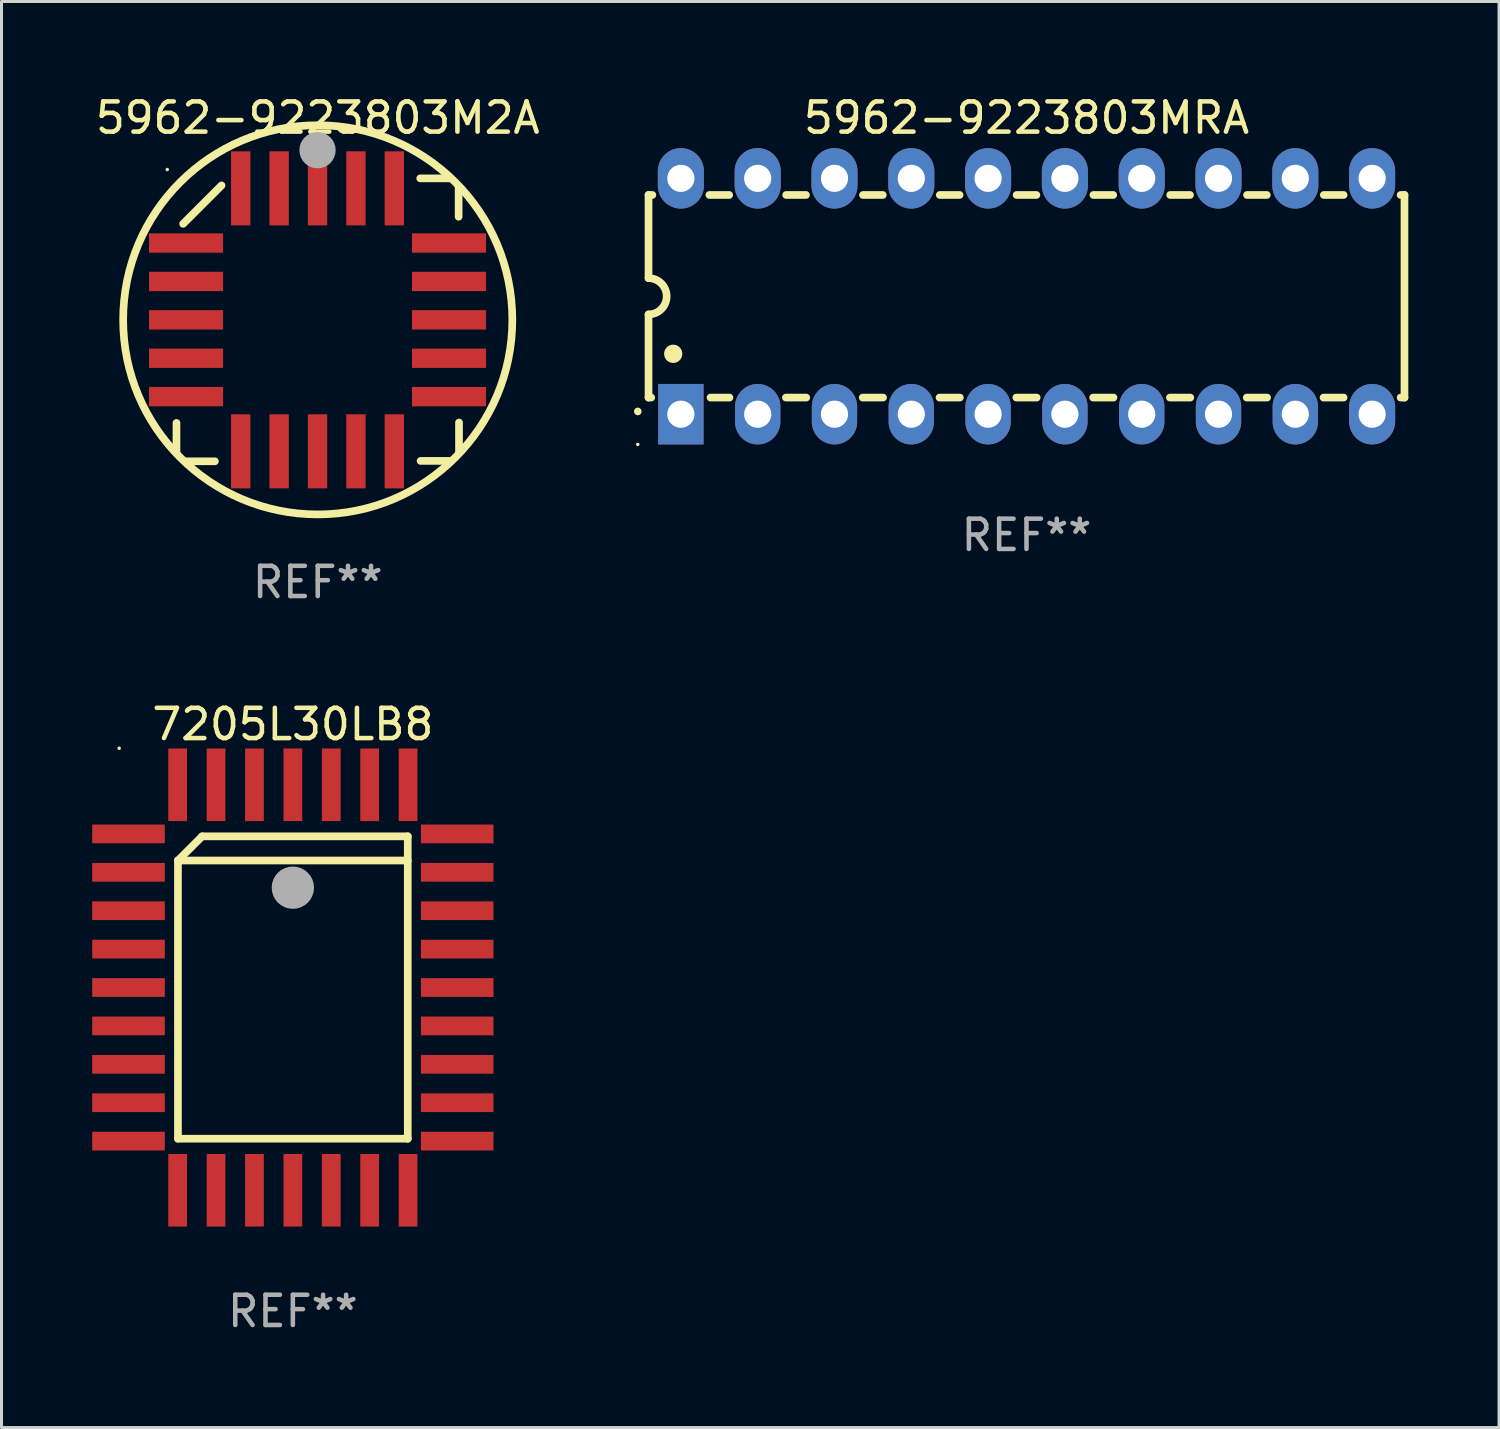
<source format=kicad_pcb>
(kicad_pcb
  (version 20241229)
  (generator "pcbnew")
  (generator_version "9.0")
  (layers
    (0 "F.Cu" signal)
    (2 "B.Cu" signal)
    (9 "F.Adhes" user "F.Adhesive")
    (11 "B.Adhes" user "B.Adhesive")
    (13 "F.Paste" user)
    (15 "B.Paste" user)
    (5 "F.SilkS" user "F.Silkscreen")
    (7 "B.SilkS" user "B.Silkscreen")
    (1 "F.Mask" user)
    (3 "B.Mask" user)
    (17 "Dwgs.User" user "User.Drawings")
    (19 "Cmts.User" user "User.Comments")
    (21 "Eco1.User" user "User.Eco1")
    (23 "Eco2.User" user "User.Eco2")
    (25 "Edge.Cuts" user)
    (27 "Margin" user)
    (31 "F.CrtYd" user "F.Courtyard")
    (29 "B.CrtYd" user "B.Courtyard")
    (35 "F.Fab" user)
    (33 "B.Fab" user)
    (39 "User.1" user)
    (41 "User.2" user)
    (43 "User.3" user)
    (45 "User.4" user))
  (footprint "5962-9223803M2A"
    (layer "F.Cu")
    (at 7.458 7.527)
    (property "Reference" "5962-9223803M2A" (at 0 -6.679 0) (layer "F.SilkS") (effects (font (size 1 1) (thickness 0.15))))
    (attr through_hole)
    (fp_line (start -4.672 4.4) (end -4.672 3.409) (stroke (width 0.254) (type solid)) (layer "F.SilkS"))
    (fp_line (start -4.452 -3.175) (end -3.182 -4.445) (stroke (width 0.254) (type solid)) (layer "F.SilkS"))
    (fp_line (start -4.393 4.679) (end -3.402 4.679) (stroke (width 0.254) (type solid)) (layer "F.SilkS"))
    (fp_line (start 4.379 -4.679) (end 3.389 -4.679) (stroke (width 0.254) (type solid)) (layer "F.SilkS"))
    (fp_line (start 4.393 4.666) (end 3.402 4.666) (stroke (width 0.254) (type solid)) (layer "F.SilkS"))
    (fp_line (start 4.659 -4.4) (end 4.659 -3.409) (stroke (width 0.254) (type solid)) (layer "F.SilkS"))
    (fp_line (start 4.672 4.386) (end 4.672 3.396) (stroke (width 0.254) (type solid)) (layer "F.SilkS"))
    (fp_arc (start -4.672276 4.424968) (mid 4.672254 -4.424946) (end -4.672276 4.424968) (stroke (width 0.254001) (type solid)) (layer "F.SilkS"))
    (fp_arc (start 0.089827 -5.759969) (mid 0.097662 -5.803742) (end 0.120307 -5.842012) (stroke (width 0.249936) (type solid)) (layer "F.SilkS"))
    (fp_circle (center -4.977 -4.97) (end -4.947 -4.97) (stroke (width 0.06) (type solid)) (fill no) (layer "F.SilkS"))
    (fp_circle (center -0.007 -5.61) (end 0.293 -5.61) (stroke (width 0.6) (type solid)) (fill no) (layer "F.Fab"))
    (fp_text user "REF**" (at 0 8.679 0) (layer "F.Fab") (effects (font (size 1 1) (thickness 0.15))))
    (pad "1" smd rect (at -0.007 -4.349) (size 0.64 2.45) (layers "F.Cu" "F.Mask" "F.Paste"))
    (pad "2" smd rect (at -1.277 -4.349) (size 0.64 2.45) (layers "F.Cu" "F.Mask" "F.Paste"))
    (pad "3" smd rect (at -2.547 -4.348) (size 0.64 2.45) (layers "F.Cu" "F.Mask" "F.Paste"))
    (pad "4" smd rect (at -4.355 -2.54) (size 2.45 0.64) (layers "F.Cu" "F.Mask" "F.Paste"))
    (pad "5" smd rect (at -4.355 -1.27) (size 2.45 0.64) (layers "F.Cu" "F.Mask" "F.Paste"))
    (pad "6" smd rect (at -4.355 0) (size 2.45 0.64) (layers "F.Cu" "F.Mask" "F.Paste"))
    (pad "7" smd rect (at -4.355 1.27) (size 2.45 0.64) (layers "F.Cu" "F.Mask" "F.Paste"))
    (pad "8" smd rect (at -4.355 2.54) (size 2.45 0.64) (layers "F.Cu" "F.Mask" "F.Paste"))
    (pad "9" smd rect (at -2.547 4.349) (size 0.64 2.45) (layers "F.Cu" "F.Mask" "F.Paste"))
    (pad "10" smd rect (at -1.277 4.349) (size 0.64 2.45) (layers "F.Cu" "F.Mask" "F.Paste"))
    (pad "11" smd rect (at -0.007 4.349) (size 0.64 2.45) (layers "F.Cu" "F.Mask" "F.Paste"))
    (pad "12" smd rect (at 1.263 4.349) (size 0.64 2.45) (layers "F.Cu" "F.Mask" "F.Paste"))
    (pad "13" smd rect (at 2.533 4.349) (size 0.64 2.45) (layers "F.Cu" "F.Mask" "F.Paste"))
    (pad "14" smd rect (at 4.342 2.54) (size 2.45 0.64) (layers "F.Cu" "F.Mask" "F.Paste"))
    (pad "15" smd rect (at 4.342 1.27) (size 2.45 0.64) (layers "F.Cu" "F.Mask" "F.Paste"))
    (pad "16" smd rect (at 4.342 0) (size 2.45 0.64) (layers "F.Cu" "F.Mask" "F.Paste"))
    (pad "17" smd rect (at 4.342 -1.27) (size 2.45 0.64) (layers "F.Cu" "F.Mask" "F.Paste"))
    (pad "18" smd rect (at 4.342 -2.54) (size 2.45 0.64) (layers "F.Cu" "F.Mask" "F.Paste"))
    (pad "19" smd rect (at 2.533 -4.349) (size 0.64 2.45) (layers "F.Cu" "F.Mask" "F.Paste"))
    (pad "20" smd rect (at 1.263 -4.349) (size 0.64 2.45) (layers "F.Cu" "F.Mask" "F.Paste")))
  (footprint "7205L30LB8"
    (layer "F.Cu")
    (at 6.635 29.608)
    (property "Reference" "7205L30LB8" (at 0 -8.705 0) (layer "F.SilkS") (effects (font (size 1 1) (thickness 0.15))))
    (attr through_hole)
    (fp_line (start -3.8 -4.2) (end -3 -5) (stroke (width 0.254) (type solid)) (layer "F.SilkS"))
    (fp_line (start -3.8 -4.2) (end 3.8 -4.2) (stroke (width 0.254) (type solid)) (layer "F.SilkS"))
    (fp_line (start -3.8 5) (end -3.8 -4.2) (stroke (width 0.254) (type solid)) (layer "F.SilkS"))
    (fp_line (start -3 -5) (end 3.8 -5) (stroke (width 0.254) (type solid)) (layer "F.SilkS"))
    (fp_line (start 3.8 -5) (end 3.8 5) (stroke (width 0.254) (type solid)) (layer "F.SilkS"))
    (fp_line (start 3.8 5) (end -3.8 5) (stroke (width 0.254) (type solid)) (layer "F.SilkS"))
    (fp_arc (start 0.299721 -3.294387) (mid 0.29971 -3.296927) (end 0.299721 -3.299467) (stroke (width 0.6) (type solid)) (layer "F.SilkS"))
    (fp_circle (center -5.744 -7.913) (end -5.714 -7.913) (stroke (width 0.06) (type solid)) (fill no) (layer "F.SilkS"))
    (fp_circle (center 0 -3.302) (end 0.35 -3.302) (stroke (width 0.7) (type solid)) (fill no) (layer "F.Fab"))
    (fp_text user "REF**" (at 0 10.705 0) (layer "F.Fab") (effects (font (size 1 1) (thickness 0.15))))
    (pad "1" smd rect (at 0 -6.705 180) (size 0.62 2.4) (layers "F.Cu" "F.Mask" "F.Paste"))
    (pad "2" smd rect (at -1.27 -6.705 180) (size 0.62 2.4) (layers "F.Cu" "F.Mask" "F.Paste"))
    (pad "3" smd rect (at -2.54 -6.705 180) (size 0.62 2.4) (layers "F.Cu" "F.Mask" "F.Paste"))
    (pad "4" smd rect (at -3.81 -6.705 180) (size 0.62 2.4) (layers "F.Cu" "F.Mask" "F.Paste"))
    (pad "5" smd rect (at -5.435 -5.08 270) (size 0.62 2.4) (layers "F.Cu" "F.Mask" "F.Paste"))
    (pad "6" smd rect (at -5.435 -3.81 270) (size 0.62 2.4) (layers "F.Cu" "F.Mask" "F.Paste"))
    (pad "7" smd rect (at -5.435 -2.54 270) (size 0.62 2.4) (layers "F.Cu" "F.Mask" "F.Paste"))
    (pad "8" smd rect (at -5.435 -1.27 270) (size 0.62 2.4) (layers "F.Cu" "F.Mask" "F.Paste"))
    (pad "9" smd rect (at -5.435 0 270) (size 0.62 2.4) (layers "F.Cu" "F.Mask" "F.Paste"))
    (pad "10" smd rect (at -5.435 1.27 270) (size 0.62 2.4) (layers "F.Cu" "F.Mask" "F.Paste"))
    (pad "11" smd rect (at -5.435 2.54 270) (size 0.62 2.4) (layers "F.Cu" "F.Mask" "F.Paste"))
    (pad "12" smd rect (at -5.435 3.81 270) (size 0.62 2.4) (layers "F.Cu" "F.Mask" "F.Paste"))
    (pad "13" smd rect (at -5.435 5.08 270) (size 0.62 2.4) (layers "F.Cu" "F.Mask" "F.Paste"))
    (pad "14" smd rect (at -3.81 6.705) (size 0.62 2.4) (layers "F.Cu" "F.Mask" "F.Paste"))
    (pad "15" smd rect (at -2.54 6.705) (size 0.62 2.4) (layers "F.Cu" "F.Mask" "F.Paste"))
    (pad "16" smd rect (at -1.27 6.705) (size 0.62 2.4) (layers "F.Cu" "F.Mask" "F.Paste"))
    (pad "17" smd rect (at 0 6.705) (size 0.62 2.4) (layers "F.Cu" "F.Mask" "F.Paste"))
    (pad "18" smd rect (at 1.27 6.705) (size 0.62 2.4) (layers "F.Cu" "F.Mask" "F.Paste"))
    (pad "19" smd rect (at 2.54 6.705) (size 0.62 2.4) (layers "F.Cu" "F.Mask" "F.Paste"))
    (pad "20" smd rect (at 3.81 6.705) (size 0.62 2.4) (layers "F.Cu" "F.Mask" "F.Paste"))
    (pad "21" smd rect (at 5.435 5.08 90) (size 0.62 2.4) (layers "F.Cu" "F.Mask" "F.Paste"))
    (pad "22" smd rect (at 5.435 3.81 90) (size 0.62 2.4) (layers "F.Cu" "F.Mask" "F.Paste"))
    (pad "23" smd rect (at 5.435 2.54 90) (size 0.62 2.4) (layers "F.Cu" "F.Mask" "F.Paste"))
    (pad "24" smd rect (at 5.435 1.27 90) (size 0.62 2.4) (layers "F.Cu" "F.Mask" "F.Paste"))
    (pad "25" smd rect (at 5.435 0 90) (size 0.62 2.4) (layers "F.Cu" "F.Mask" "F.Paste"))
    (pad "26" smd rect (at 5.435 -1.27 90) (size 0.62 2.4) (layers "F.Cu" "F.Mask" "F.Paste"))
    (pad "27" smd rect (at 5.435 -2.54 90) (size 0.62 2.4) (layers "F.Cu" "F.Mask" "F.Paste"))
    (pad "28" smd rect (at 5.435 -3.81 90) (size 0.62 2.4) (layers "F.Cu" "F.Mask" "F.Paste"))
    (pad "29" smd rect (at 5.435 -5.08 90) (size 0.62 2.4) (layers "F.Cu" "F.Mask" "F.Paste"))
    (pad "30" smd rect (at 3.81 -6.705) (size 0.62 2.4) (layers "F.Cu" "F.Mask" "F.Paste"))
    (pad "31" smd rect (at 2.54 -6.705) (size 0.62 2.4) (layers "F.Cu" "F.Mask" "F.Paste"))
    (pad "32" smd rect (at 1.27 -6.705) (size 0.62 2.4) (layers "F.Cu" "F.Mask" "F.Paste")))
  (footprint "5962-9223803MRA"
    (layer "F.Cu")
    (at 30.897 6.748)
    (property "Reference" "5962-9223803MRA" (at 0 -5.9 0) (layer "F.SilkS") (effects (font (size 1 1) (thickness 0.15))))
    (attr through_hole)
    (fp_line (start -12.5 -3.35) (end -12.373 -3.35) (stroke (width 0.254) (type solid)) (layer "F.SilkS"))
    (fp_line (start -12.5 -0.6) (end -12.5 -3.35) (stroke (width 0.254) (type solid)) (layer "F.SilkS"))
    (fp_line (start -12.5 3.35) (end -12.5 0.6) (stroke (width 0.254) (type solid)) (layer "F.SilkS"))
    (fp_line (start -12.5 3.35) (end -12.411 3.35) (stroke (width 0.254) (type solid)) (layer "F.SilkS"))
    (fp_line (start -10.487 -3.35) (end -9.833 -3.35) (stroke (width 0.254) (type solid)) (layer "F.SilkS"))
    (fp_line (start -10.449 3.35) (end -9.824 3.35) (stroke (width 0.254) (type solid)) (layer "F.SilkS"))
    (fp_line (start -7.956 3.35) (end -7.284 3.35) (stroke (width 0.254) (type solid)) (layer "F.SilkS"))
    (fp_line (start -7.947 -3.35) (end -7.293 -3.35) (stroke (width 0.254) (type solid)) (layer "F.SilkS"))
    (fp_line (start -5.416 3.35) (end -4.744 3.35) (stroke (width 0.254) (type solid)) (layer "F.SilkS"))
    (fp_line (start -5.407 -3.35) (end -4.753 -3.35) (stroke (width 0.254) (type solid)) (layer "F.SilkS"))
    (fp_line (start -2.876 3.35) (end -2.204 3.35) (stroke (width 0.254) (type solid)) (layer "F.SilkS"))
    (fp_line (start -2.867 -3.35) (end -2.213 -3.35) (stroke (width 0.254) (type solid)) (layer "F.SilkS"))
    (fp_line (start -0.336 3.35) (end 0.336 3.35) (stroke (width 0.254) (type solid)) (layer "F.SilkS"))
    (fp_line (start -0.327 -3.35) (end 0.327 -3.35) (stroke (width 0.254) (type solid)) (layer "F.SilkS"))
    (fp_line (start 2.204 3.35) (end 2.876 3.35) (stroke (width 0.254) (type solid)) (layer "F.SilkS"))
    (fp_line (start 2.213 -3.35) (end 2.867 -3.35) (stroke (width 0.254) (type solid)) (layer "F.SilkS"))
    (fp_line (start 4.744 3.35) (end 5.416 3.35) (stroke (width 0.254) (type solid)) (layer "F.SilkS"))
    (fp_line (start 4.753 -3.35) (end 5.407 -3.35) (stroke (width 0.254) (type solid)) (layer "F.SilkS"))
    (fp_line (start 7.284 3.35) (end 7.956 3.35) (stroke (width 0.254) (type solid)) (layer "F.SilkS"))
    (fp_line (start 7.293 -3.35) (end 7.947 -3.35) (stroke (width 0.254) (type solid)) (layer "F.SilkS"))
    (fp_line (start 9.824 3.35) (end 10.487 3.35) (stroke (width 0.254) (type solid)) (layer "F.SilkS"))
    (fp_line (start 9.833 -3.35) (end 10.487 -3.35) (stroke (width 0.254) (type solid)) (layer "F.SilkS"))
    (fp_line (start 12.373 -3.35) (end 12.5 -3.35) (stroke (width 0.254) (type solid)) (layer "F.SilkS"))
    (fp_line (start 12.373 3.35) (end 12.5 3.35) (stroke (width 0.254) (type solid)) (layer "F.SilkS"))
    (fp_line (start 12.5 -3.35) (end 12.5 3.35) (stroke (width 0.254) (type solid)) (layer "F.SilkS"))
    (fp_arc (start -12.854966 3.810008) (mid -12.854973 3.808738) (end -12.854966 3.807468) (stroke (width 0.25) (type solid)) (layer "F.SilkS"))
    (fp_arc (start -12.500127 -0.599442) (mid -11.900406 0.000228) (end -12.500025 0.6) (stroke (width 0.254001) (type solid)) (layer "F.SilkS"))
    (fp_arc (start -11.684023 1.905004) (mid -11.684034 1.902464) (end -11.684023 1.899924) (stroke (width 0.6) (type solid)) (layer "F.SilkS"))
    (fp_circle (center -12.855 4.9) (end -12.825 4.9) (stroke (width 0.06) (type solid)) (fill no) (layer "F.SilkS"))
    (fp_text user "REF**" (at 0 7.9 0) (layer "F.Fab") (effects (font (size 1 1) (thickness 0.15))))
    (pad "1" thru_hole rect (at -11.43 3.9 90) (size 2 1.5) (drill 0.9) (layers "*.Cu" "*.Mask"))
    (pad "2" thru_hole oval (at -8.89 3.9 90) (size 2 1.5) (drill 0.9) (layers "*.Cu" "*.Mask"))
    (pad "3" thru_hole oval (at -6.35 3.9 90) (size 2 1.5) (drill 0.9) (layers "*.Cu" "*.Mask"))
    (pad "4" thru_hole oval (at -3.81 3.9 90) (size 2 1.5) (drill 0.9) (layers "*.Cu" "*.Mask"))
    (pad "5" thru_hole oval (at -1.27 3.9 90) (size 2 1.5) (drill 0.9) (layers "*.Cu" "*.Mask"))
    (pad "6" thru_hole oval (at 1.27 3.9 90) (size 2 1.5) (drill 0.9) (layers "*.Cu" "*.Mask"))
    (pad "7" thru_hole oval (at 3.81 3.9 90) (size 2 1.5) (drill 0.9) (layers "*.Cu" "*.Mask"))
    (pad "8" thru_hole oval (at 6.35 3.9 90) (size 2 1.5) (drill 0.9) (layers "*.Cu" "*.Mask"))
    (pad "9" thru_hole oval (at 8.89 3.9 90) (size 2 1.5) (drill 0.9) (layers "*.Cu" "*.Mask"))
    (pad "10" thru_hole oval (at 11.43 3.9 90) (size 2 1.524) (drill 0.9) (layers "*.Cu" "*.Mask"))
    (pad "11" thru_hole oval (at 11.43 -3.9 90) (size 2 1.524) (drill 0.9) (layers "*.Cu" "*.Mask"))
    (pad "12" thru_hole oval (at 8.89 -3.9 90) (size 2 1.524) (drill 0.9) (layers "*.Cu" "*.Mask"))
    (pad "13" thru_hole oval (at 6.35 -3.9 90) (size 2 1.524) (drill 0.9) (layers "*.Cu" "*.Mask"))
    (pad "14" thru_hole oval (at 3.81 -3.9 90) (size 2 1.524) (drill 0.9) (layers "*.Cu" "*.Mask"))
    (pad "15" thru_hole oval (at 1.27 -3.9 90) (size 2 1.524) (drill 0.9) (layers "*.Cu" "*.Mask"))
    (pad "16" thru_hole oval (at -1.27 -3.9 90) (size 2 1.524) (drill 0.9) (layers "*.Cu" "*.Mask"))
    (pad "17" thru_hole oval (at -3.81 -3.9 90) (size 2 1.524) (drill 0.9) (layers "*.Cu" "*.Mask"))
    (pad "18" thru_hole oval (at -6.35 -3.9 90) (size 2 1.524) (drill 0.9) (layers "*.Cu" "*.Mask"))
    (pad "19" thru_hole oval (at -8.89 -3.9 90) (size 2 1.524) (drill 0.9) (layers "*.Cu" "*.Mask"))
    (pad "20" thru_hole oval (at -11.43 -3.9 90) (size 2 1.524) (drill 0.9) (layers "*.Cu" "*.Mask")))
  (gr_rect
    (start -3 -3)
    (end 46.524 44.161)
    (stroke (width 0.1) (type default))
    (fill no)
    (layer "Edge.Cuts")))
</source>
